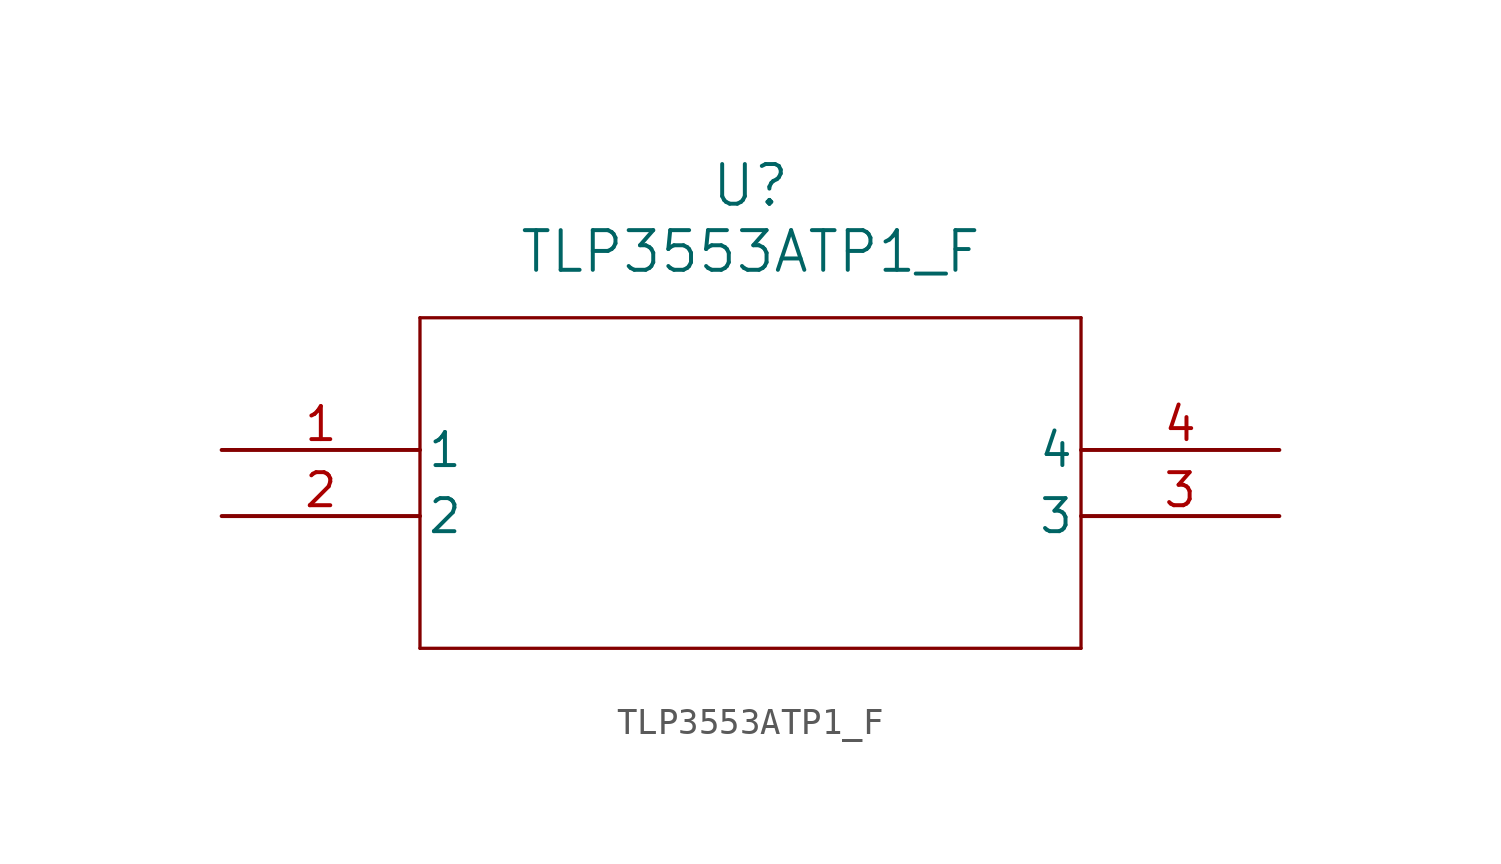
<source format=kicad_sym>
(kicad_symbol_lib
  (version 20211014)
  (generator kicad_symbol_editor)
  (symbol "TLP3553ATP1_F"
    (pin_names
      (offset 0.254))
    (property "Reference" "U"
      (at 20.32 10.16 0)
      (effects (font (size 1.524 1.524))))
    (property "Value" "TLP3553ATP1_F"
      (at 20.32 7.62 0)
      (effects (font (size 1.524 1.524))))
    (symbol "TLP3553ATP1_F_0_1"
      (polyline (pts (xy 7.62 5.08) (xy 7.62 -7.62)) (stroke (width 0.127) (type default) (color 0 0 0 0)) (fill (type none)))
      (polyline (pts (xy 7.62 -7.62) (xy 33.02 -7.62)) (stroke (width 0.127) (type default) (color 0 0 0 0)) (fill (type none)))
      (polyline (pts (xy 33.02 -7.62) (xy 33.02 5.08)) (stroke (width 0.127) (type default) (color 0 0 0 0)) (fill (type none)))
      (polyline (pts (xy 33.02 5.08) (xy 7.62 5.08)) (stroke (width 0.127) (type default) (color 0 0 0 0)) (fill (type none)))
      (pin unspecified line (at 0 0 0) (length 7.62) (name "1" (effects (font (size 1.27 1.27)))) (number "1" (effects (font (size 1.27 1.27)))))
      (pin unspecified line (at 0 -2.54 0) (length 7.62) (name "2" (effects (font (size 1.27 1.27)))) (number "2" (effects (font (size 1.27 1.27)))))
      (pin unspecified line (at 40.64 -2.54 180) (length 7.62) (name "3" (effects (font (size 1.27 1.27)))) (number "3" (effects (font (size 1.27 1.27)))))
      (pin unspecified line (at 40.64 0 180) (length 7.62) (name "4" (effects (font (size 1.27 1.27)))) (number "4" (effects (font (size 1.27 1.27))))))))
</source>
